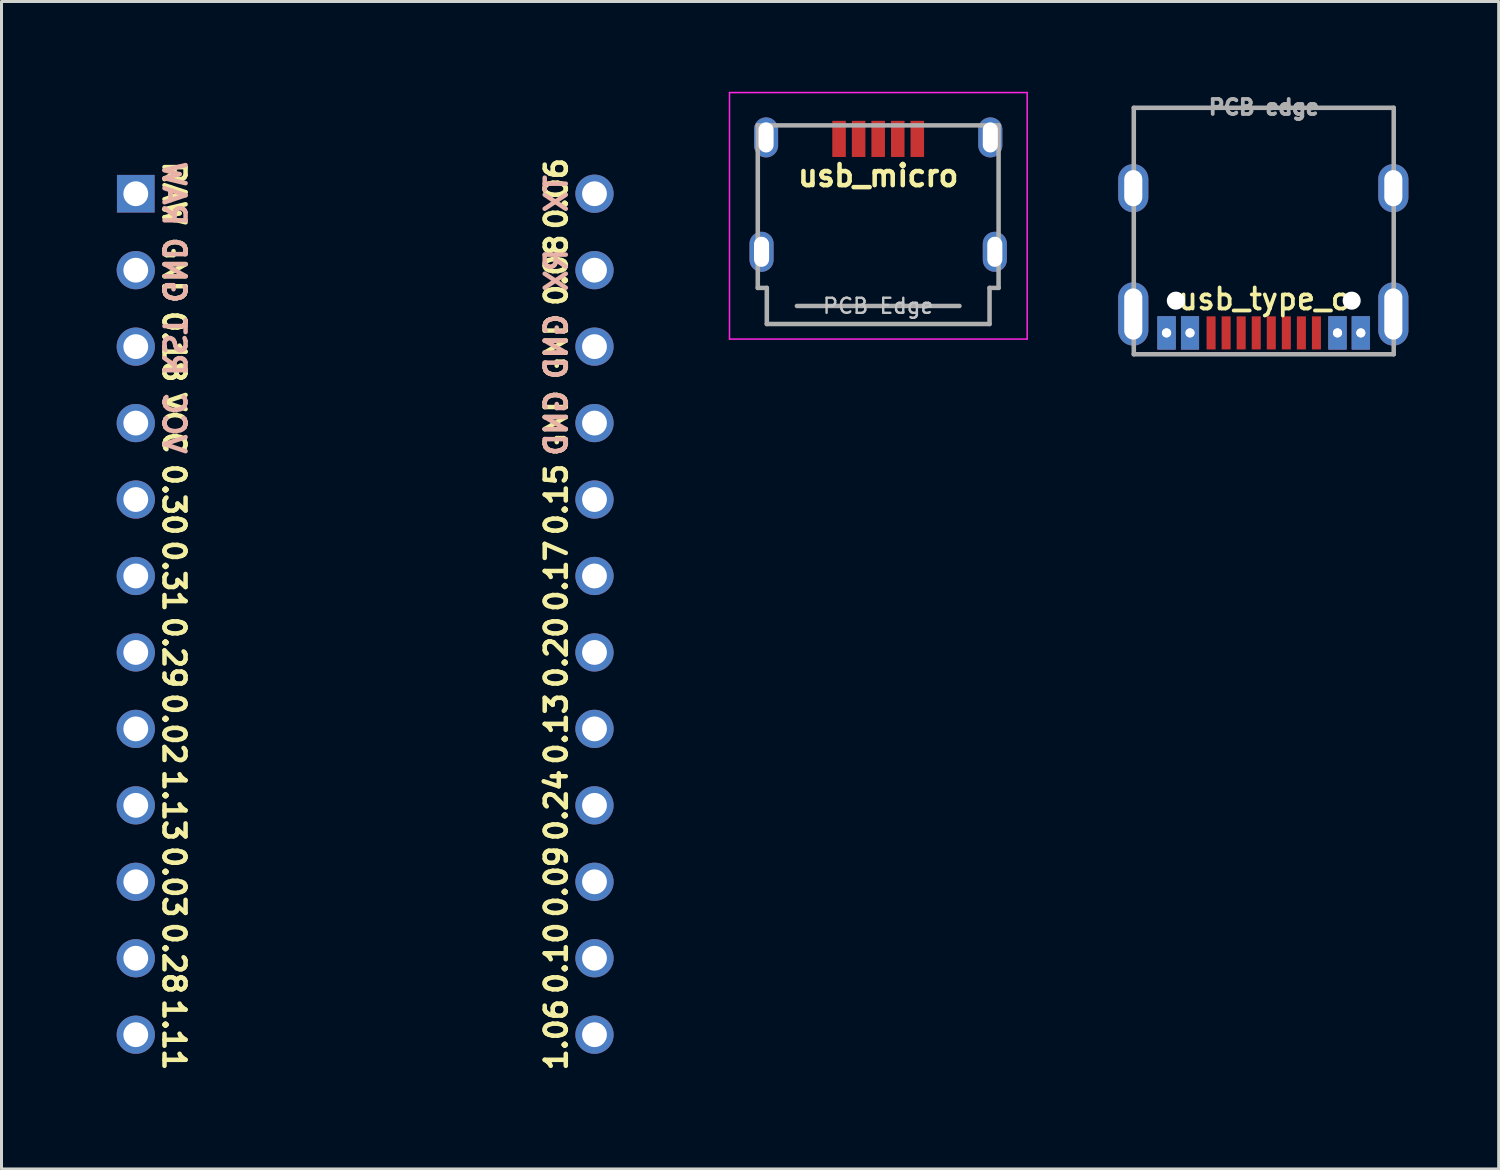
<source format=kicad_pcb>
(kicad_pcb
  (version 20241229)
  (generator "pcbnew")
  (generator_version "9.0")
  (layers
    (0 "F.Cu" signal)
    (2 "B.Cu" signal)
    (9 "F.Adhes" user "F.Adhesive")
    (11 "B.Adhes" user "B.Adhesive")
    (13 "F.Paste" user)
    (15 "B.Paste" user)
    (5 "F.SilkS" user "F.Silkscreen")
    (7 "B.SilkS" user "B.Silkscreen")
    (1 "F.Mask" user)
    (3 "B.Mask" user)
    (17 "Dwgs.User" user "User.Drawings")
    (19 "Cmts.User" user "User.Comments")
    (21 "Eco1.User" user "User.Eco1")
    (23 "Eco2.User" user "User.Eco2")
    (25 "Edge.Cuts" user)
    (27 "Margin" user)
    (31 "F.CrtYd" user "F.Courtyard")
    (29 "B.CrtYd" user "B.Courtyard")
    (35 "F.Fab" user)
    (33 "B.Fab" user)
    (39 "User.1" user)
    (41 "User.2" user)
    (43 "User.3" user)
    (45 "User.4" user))
  (footprint "usb_type_c"
    (layer "F.Cu")
    (at 38.936 0.532)
    (property "Reference" "usb_type_c" (at 0 6.35 180) (layer "F.SilkS") (effects (font (size 0.7 0.7) (thickness 0.125))))
    (attr through_hole)
    (fp_line (start -4.318 0) (end -4.318 8.188) (stroke (width 0.15) (type solid)) (layer "F.Fab"))
    (fp_line (start 4.318 0) (end -4.318 0) (stroke (width 0.15) (type solid)) (layer "F.Fab"))
    (fp_line (start 4.318 0) (end 4.318 8.188) (stroke (width 0.15) (type solid)) (layer "F.Fab"))
    (fp_line (start 4.318 8.188) (end -4.318 8.188) (stroke (width 0.15) (type solid)) (layer "F.Fab"))
    (fp_text user "PCB edge" (at 0.007 -0.02 180) (layer "F.Fab") (effects (font (size 0.5 0.5) (thickness 0.125))))
    (pad "" thru_hole oval (at -4.335 2.67 180) (size 1 1.6) (drill oval 0.6 1.2) (layers "*.Cu" "*.Mask"))
    (pad "" np_thru_hole circle (at -2.921 6.407 180) (size 0.6 0.6) (drill oval 0.6) (layers "*.Cu" "*.Mask"))
    (pad "" np_thru_hole circle (at 2.921 6.407 180) (size 0.6 0.6) (drill oval 0.6) (layers "*.Cu" "*.Mask"))
    (pad "" thru_hole oval (at 4.305 2.67 180) (size 1 1.6) (drill oval 0.6 1.2) (layers "*.Cu" "*.Mask"))
    (pad "" thru_hole oval (at 4.305 6.85 180) (size 1 2.1) (drill oval 0.6 1.7) (layers "*.Cu" "*.Mask"))
    (pad "A1" thru_hole rect (at 3.225 7.478 180) (size 0.6 1.1) (drill 0.3) (layers "*.Cu" "*.Mask"))
    (pad "A4" thru_hole rect (at 2.45 7.478 180) (size 0.6 1.1) (drill 0.3) (layers "*.Cu" "*.Mask"))
    (pad "A5" smd rect (at 1.75 7.478 180) (size 0.3 1.1) (layers "F.Cu" "F.Mask" "F.Paste"))
    (pad "A6" smd rect (at 0.75 7.478 180) (size 0.3 1.1) (layers "F.Cu" "F.Mask" "F.Paste"))
    (pad "A7" smd rect (at -0.75 7.478 180) (size 0.3 1.1) (layers "F.Cu" "F.Mask" "F.Paste"))
    (pad "A8" smd rect (at -1.75 7.478 180) (size 0.3 1.1) (layers "F.Cu" "F.Mask" "F.Paste"))
    (pad "A9" thru_hole rect (at -2.45 7.478 180) (size 0.6 1.1) (drill 0.3) (layers "*.Cu" "*.Mask"))
    (pad "A12" thru_hole rect (at -3.225 7.478 180) (size 0.6 1.1) (drill 0.3) (layers "*.Cu" "*.Mask"))
    (pad "B1" thru_hole rect (at -3.234 7.478 180) (size 0.6 1.1) (drill 0.3) (layers "*.Cu" "*.Mask"))
    (pad "B4" thru_hole rect (at -2.45 7.478 180) (size 0.6 1.1) (drill 0.3) (layers "*.Cu" "*.Mask"))
    (pad "B5" smd rect (at -1.25 7.478 180) (size 0.3 1.1) (layers "F.Cu" "F.Mask" "F.Paste"))
    (pad "B6" smd rect (at -0.25 7.478 180) (size 0.3 1.1) (layers "F.Cu" "F.Mask" "F.Paste"))
    (pad "B7" smd rect (at 0.25 7.478 180) (size 0.3 1.1) (layers "F.Cu" "F.Mask" "F.Paste"))
    (pad "B8" smd rect (at 1.25 7.478 180) (size 0.3 1.1) (layers "F.Cu" "F.Mask" "F.Paste"))
    (pad "B9" thru_hole rect (at 2.45 7.478 180) (size 0.6 1.1) (drill 0.3) (layers "*.Cu" "*.Mask"))
    (pad "B12" thru_hole rect (at 3.225 7.478 180) (size 0.6 1.1) (drill 0.3) (layers "*.Cu" "*.Mask"))
    (pad "S1" thru_hole oval (at -4.335 6.85 180) (size 1 2.1) (drill oval 0.6 1.7) (layers "*.Cu" "*.Mask")))
  (footprint "pro_micro"
    (layer "F.Cu")
    (at 9.081 15.832)
    (property "Reference" "pro_micro" (at 0.508 -14.732 0) (layer "Eco1.User") (effects (font (size 1.27 1.524) (thickness 0.203))))
    (attr through_hole)
    (fp_line (start -8.89 -13.716) (end -8.89 16.764) (stroke (width 0.381) (type solid)) (layer "Margin"))
    (fp_line (start -8.89 -13.716) (end -8.89 16.764) (stroke (width 0.381) (type solid)) (layer "Margin"))
    (fp_line (start -8.89 16.764) (end 8.89 16.764) (stroke (width 0.381) (type solid)) (layer "Margin"))
    (fp_line (start -8.89 16.764) (end 8.89 16.764) (stroke (width 0.381) (type solid)) (layer "Margin"))
    (fp_line (start -6.35 -13.716) (end -6.35 -11.176) (stroke (width 0.381) (type solid)) (layer "Margin"))
    (fp_line (start -6.35 -13.716) (end -6.35 -11.176) (stroke (width 0.381) (type solid)) (layer "Margin"))
    (fp_line (start -6.35 -11.176) (end -8.89 -11.176) (stroke (width 0.381) (type solid)) (layer "Margin"))
    (fp_line (start -6.35 -11.176) (end -8.89 -11.176) (stroke (width 0.381) (type solid)) (layer "Margin"))
    (fp_line (start 8.89 -13.716) (end -8.89 -13.716) (stroke (width 0.381) (type solid)) (layer "Margin"))
    (fp_line (start 8.89 -13.716) (end -8.89 -13.716) (stroke (width 0.381) (type solid)) (layer "Margin"))
    (fp_line (start 8.89 16.764) (end 8.89 -13.716) (stroke (width 0.381) (type solid)) (layer "Margin"))
    (fp_line (start 8.89 16.764) (end 8.89 -13.716) (stroke (width 0.381) (type solid)) (layer "Margin"))
    (fp_text user "GND" (at -6.35 -9.906 270) (unlocked yes) (layer "F.SilkS") (effects (font (size 0.7 0.7) (thickness 0.15))))
    (fp_text user "0.24" (at 6.35 7.874 90) (layer "F.SilkS") (effects (font (size 0.7 0.7) (thickness 0.15))))
    (fp_text user "0.02" (at -6.35 5.334 270) (unlocked yes) (layer "F.SilkS") (effects (font (size 0.7 0.7) (thickness 0.15))))
    (fp_text user "0.13" (at 6.35 5.334 90) (layer "F.SilkS") (effects (font (size 0.7 0.7) (thickness 0.15))))
    (fp_text user "GND" (at 6.35 -7.366 90) (layer "F.SilkS") (effects (font (size 0.7 0.7) (thickness 0.15))))
    (fp_text user "0.31" (at -6.35 0.254 270) (unlocked yes) (layer "F.SilkS") (effects (font (size 0.7 0.7) (thickness 0.15))))
    (fp_text user "1.13" (at -6.35 7.874 270) (unlocked yes) (layer "F.SilkS") (effects (font (size 0.7 0.7) (thickness 0.15))))
    (fp_text user "0.17" (at 6.35 0.254 90) (layer "F.SilkS") (effects (font (size 0.7 0.7) (thickness 0.15))))
    (fp_text user "0.15" (at 6.35 -2.286 90) (layer "F.SilkS") (effects (font (size 0.7 0.7) (thickness 0.15))))
    (fp_text user "VCC" (at -6.35 -4.826 270) (unlocked yes) (layer "F.SilkS") (effects (font (size 0.7 0.7) (thickness 0.15))))
    (fp_text user "0.10" (at 6.35 12.954 90) (layer "F.SilkS") (effects (font (size 0.7 0.7) (thickness 0.15))))
    (fp_text user "0.20" (at 6.35 2.794 90) (layer "F.SilkS") (effects (font (size 0.7 0.7) (thickness 0.15))))
    (fp_text user "0.28" (at -6.35 12.954 270) (unlocked yes) (layer "F.SilkS") (effects (font (size 0.7 0.7) (thickness 0.15))))
    (fp_text user "RAW" (at -6.35 -12.446 270) (unlocked yes) (layer "F.SilkS") (effects (font (size 0.7 0.7) (thickness 0.15))))
    (fp_text user "0.29" (at -6.35 2.794 270) (unlocked yes) (layer "F.SilkS") (effects (font (size 0.7 0.7) (thickness 0.15))))
    (fp_text user "0.09" (at 6.35 10.414 90) (layer "F.SilkS") (effects (font (size 0.7 0.7) (thickness 0.15))))
    (fp_text user "1.11" (at -6.35 15.494 270) (unlocked yes) (layer "F.SilkS") (effects (font (size 0.7 0.7) (thickness 0.15))))
    (fp_text user "1.06" (at 6.35 15.494 90) (layer "F.SilkS") (effects (font (size 0.7 0.7) (thickness 0.15))))
    (fp_text user "0.18" (at -6.35 -7.366 270) (unlocked yes) (layer "F.SilkS") (effects (font (size 0.7 0.7) (thickness 0.15))))
    (fp_text user "GND" (at 6.35 -4.826 90) (layer "F.SilkS") (effects (font (size 0.7 0.7) (thickness 0.15))))
    (fp_text user "0.06" (at 6.35 -12.446 90) (layer "F.SilkS") (effects (font (size 0.7 0.7) (thickness 0.15))))
    (fp_text user "0.08" (at 6.35 -9.906 90) (layer "F.SilkS") (effects (font (size 0.7 0.7) (thickness 0.15))))
    (fp_text user "0.30" (at -6.35 -2.286 270) (unlocked yes) (layer "F.SilkS") (effects (font (size 0.7 0.7) (thickness 0.15))))
    (fp_text user "0.03" (at -6.35 10.414 270) (unlocked yes) (layer "F.SilkS") (effects (font (size 0.7 0.7) (thickness 0.15))))
    (fp_text user "GND" (at 6.35 -4.826 90) (layer "B.SilkS") (effects (font (size 0.7 0.7) (thickness 0.15)) (justify mirror)))
    (fp_text user "RAW" (at -6.35 -12.446 270) (unlocked yes) (layer "B.SilkS") (effects (font (size 0.7 0.7) (thickness 0.15)) (justify mirror)))
    (fp_text user "TX" (at 6.35 -12.446 270) (layer "B.SilkS") (effects (font (size 0.7 0.7) (thickness 0.15)) (justify mirror)))
    (fp_text user "RST" (at -6.35 -7.366 270) (unlocked yes) (layer "B.SilkS") (effects (font (size 0.7 0.7) (thickness 0.15)) (justify mirror)))
    (fp_text user "GND" (at -6.35 -9.906 270) (unlocked yes) (layer "B.SilkS") (effects (font (size 0.7 0.7) (thickness 0.15)) (justify mirror)))
    (fp_text user "RX" (at 6.35 -9.906 90) (layer "B.SilkS") (effects (font (size 0.7 0.7) (thickness 0.15)) (justify mirror)))
    (fp_text user "GND" (at 6.35 -7.366 90) (layer "B.SilkS") (effects (font (size 0.7 0.7) (thickness 0.15)) (justify mirror)))
    (fp_text user "VCC" (at -6.35 -4.826 270) (unlocked yes) (layer "B.SilkS") (effects (font (size 0.7 0.7) (thickness 0.15)) (justify mirror)))
    (fp_text user "F7" (at -6.096 5.334 0) (layer "Margin") (effects (font (size 0.7 0.7) (thickness 0.15))))
    (fp_text user "F5" (at -6.096 0.254 0) (layer "Margin") (effects (font (size 0.7 0.7) (thickness 0.15))))
    (fp_text user "B1" (at -6.096 7.874 0) (layer "Margin") (effects (font (size 0.7 0.7) (thickness 0.15))))
    (fp_text user "F6" (at -6.096 2.794 0) (layer "Margin") (effects (font (size 0.7 0.7) (thickness 0.15))))
    (fp_text user "D4" (at 6.096 2.794 0) (layer "Margin") (effects (font (size 0.7 0.7) (thickness 0.15))))
    (fp_text user "C6" (at 6.096 5.334 0) (layer "Margin") (effects (font (size 0.7 0.7) (thickness 0.15))))
    (fp_text user "F4" (at -6.096 -2.286 0) (layer "Margin") (effects (font (size 0.7 0.7) (thickness 0.15))))
    (fp_text user "B5" (at 6.096 15.494 0) (layer "Margin") (effects (font (size 0.7 0.7) (thickness 0.15))))
    (fp_text user "B2" (at -6.096 12.954 0) (layer "Margin") (effects (font (size 0.7 0.7) (thickness 0.15))))
    (fp_text user "D0" (at 6.096 0.254 0) (layer "Margin") (effects (font (size 0.7 0.7) (thickness 0.15))))
    (fp_text user "D7" (at 6.096 7.874 0) (layer "Margin") (effects (font (size 0.7 0.7) (thickness 0.15))))
    (fp_text user "E6" (at 6.096 10.414 0) (layer "Margin") (effects (font (size 0.7 0.7) (thickness 0.15))))
    (fp_text user "B3" (at -6.096 10.414 0) (layer "Margin") (effects (font (size 0.7 0.7) (thickness 0.15))))
    (fp_text user "B4" (at 6.096 12.954 0) (layer "Margin") (effects (font (size 0.7 0.7) (thickness 0.15))))
    (fp_text user "D1" (at 6.096 -2.286 0) (layer "Margin") (effects (font (size 0.7 0.7) (thickness 0.15))))
    (fp_text user "B6" (at -6.096 15.494 0) (layer "Margin") (effects (font (size 0.7 0.7) (thickness 0.15))))
    (pad "1" thru_hole rect (at -7.62 -12.446 270) (size 1.25 1.25) (drill 0.825) (layers "*.Cu" "*.Mask"))
    (pad "2" thru_hole circle (at -7.62 -9.906 270) (size 1.27 1.27) (drill 0.825) (layers "*.Cu" "*.Mask"))
    (pad "3" thru_hole circle (at -7.62 -7.366 270) (size 1.27 1.27) (drill 0.825) (layers "*.Cu" "*.Mask"))
    (pad "4" thru_hole circle (at -7.62 -4.826 270) (size 1.27 1.27) (drill 0.825) (layers "*.Cu" "*.Mask"))
    (pad "5" thru_hole circle (at -7.62 -2.286 270) (size 1.27 1.27) (drill 0.825) (layers "*.Cu" "*.Mask"))
    (pad "6" thru_hole circle (at -7.62 0.254 270) (size 1.27 1.27) (drill 0.825) (layers "*.Cu" "*.Mask"))
    (pad "7" thru_hole circle (at -7.62 2.794 270) (size 1.27 1.27) (drill 0.825) (layers "*.Cu" "*.Mask"))
    (pad "8" thru_hole circle (at -7.62 5.334 270) (size 1.27 1.27) (drill 0.825) (layers "*.Cu" "*.Mask"))
    (pad "9" thru_hole circle (at -7.62 7.874 270) (size 1.27 1.27) (drill 0.825) (layers "*.Cu" "*.Mask"))
    (pad "10" thru_hole circle (at -7.62 10.414 270) (size 1.27 1.27) (drill 0.825) (layers "*.Cu" "*.Mask"))
    (pad "11" thru_hole circle (at -7.62 12.954 270) (size 1.27 1.27) (drill 0.825) (layers "*.Cu" "*.Mask"))
    (pad "12" thru_hole circle (at -7.62 15.494 270) (size 1.27 1.27) (drill 0.825) (layers "*.Cu" "*.Mask"))
    (pad "13" thru_hole circle (at 7.62 -12.446 270) (size 1.27 1.27) (drill 0.825) (layers "*.Cu" "*.Mask"))
    (pad "14" thru_hole circle (at 7.62 -9.906 270) (size 1.27 1.27) (drill 0.825) (layers "*.Cu" "*.Mask"))
    (pad "15" thru_hole circle (at 7.62 -7.366 270) (size 1.27 1.27) (drill 0.825) (layers "*.Cu" "*.Mask"))
    (pad "16" thru_hole circle (at 7.62 -4.826 270) (size 1.27 1.27) (drill 0.825) (layers "*.Cu" "*.Mask"))
    (pad "17" thru_hole circle (at 7.62 -2.286 270) (size 1.27 1.27) (drill 0.825) (layers "*.Cu" "*.Mask"))
    (pad "18" thru_hole circle (at 7.62 0.254 270) (size 1.27 1.27) (drill 0.825) (layers "*.Cu" "*.Mask"))
    (pad "19" thru_hole circle (at 7.62 2.794 270) (size 1.27 1.27) (drill 0.825) (layers "*.Cu" "*.Mask"))
    (pad "20" thru_hole circle (at 7.62 5.334 270) (size 1.27 1.27) (drill 0.825) (layers "*.Cu" "*.Mask"))
    (pad "21" thru_hole circle (at 7.62 7.874 90) (size 1.27 1.27) (drill 0.825) (layers "*.Cu" "*.Mask"))
    (pad "22" thru_hole circle (at 7.62 10.414 270) (size 1.27 1.27) (drill 0.825) (layers "*.Cu" "*.Mask"))
    (pad "23" thru_hole circle (at 7.62 12.954 270) (size 1.27 1.27) (drill 0.825) (layers "*.Cu" "*.Mask"))
    (pad "24" thru_hole circle (at 7.62 15.494 270) (size 1.27 1.27) (drill 0.825) (layers "*.Cu" "*.Mask")))
  (footprint "usb_micro"
    (layer "F.Cu")
    (at 26.126 6.975)
    (property "Reference" "usb_micro" (at 0 -4.191 0) (layer "F.SilkS") (effects (font (size 0.7 0.7) (thickness 0.15))))
    (attr smd)
    (fp_line (start -4.94 -6.95) (end -4.94 1.24) (stroke (width 0.05) (type solid)) (layer "F.CrtYd"))
    (fp_line (start -4.94 1.24) (end 4.95 1.24) (stroke (width 0.05) (type solid)) (layer "F.CrtYd"))
    (fp_line (start 4.95 -6.95) (end -4.94 -6.95) (stroke (width 0.05) (type solid)) (layer "F.CrtYd"))
    (fp_line (start 4.95 1.24) (end 4.95 -6.95) (stroke (width 0.05) (type solid)) (layer "F.CrtYd"))
    (fp_line (start -4 -5.86) (end -4 -0.46) (stroke (width 0.15) (type solid)) (layer "F.Fab"))
    (fp_line (start -4 -0.46) (end -3.7 -0.46) (stroke (width 0.15) (type solid)) (layer "F.Fab"))
    (fp_line (start -3.7 -0.46) (end -3.7 0.74) (stroke (width 0.15) (type solid)) (layer "F.Fab"))
    (fp_line (start -3.7 0.74) (end 3.7 0.74) (stroke (width 0.15) (type solid)) (layer "F.Fab"))
    (fp_line (start -2.7 0.14) (end 2.7 0.14) (stroke (width 0.15) (type solid)) (layer "F.Fab"))
    (fp_line (start 3.7 -0.46) (end 4 -0.46) (stroke (width 0.15) (type solid)) (layer "F.Fab"))
    (fp_line (start 3.7 0.74) (end 3.7 -0.46) (stroke (width 0.15) (type solid)) (layer "F.Fab"))
    (fp_line (start 4 -5.86) (end -4 -5.86) (stroke (width 0.15) (type solid)) (layer "F.Fab"))
    (fp_line (start 4 -0.46) (end 4 -5.86) (stroke (width 0.15) (type solid)) (layer "F.Fab"))
    (fp_text user "PCB Edge" (at 0 0.14 0) (layer "Dwgs.User") (effects (font (size 0.5 0.5) (thickness 0.08))))
    (pad "" thru_hole oval (at -3.875 -1.66) (size 0.8 1.33) (drill oval 0.5 1) (layers "*.Cu" "*.Mask"))
    (pad "" thru_hole oval (at 3.725 -5.46) (size 0.8 1.33) (drill oval 0.5 1) (layers "*.Cu" "*.Mask"))
    (pad "" thru_hole oval (at 3.875 -1.66) (size 0.8 1.33) (drill oval 0.5 1) (layers "*.Cu" "*.Mask"))
    (pad "1" smd rect (at -1.3 -5.41) (size 0.45 1.2) (layers "F.Cu" "F.Mask" "F.Paste"))
    (pad "2" smd rect (at -0.65 -5.41) (size 0.45 1.2) (layers "F.Cu" "F.Mask" "F.Paste"))
    (pad "3" smd rect (at 0 -5.41) (size 0.45 1.2) (layers "F.Cu" "F.Mask" "F.Paste"))
    (pad "4" smd rect (at 0.65 -5.41) (size 0.45 1.2) (layers "F.Cu" "F.Mask" "F.Paste"))
    (pad "5" smd rect (at 1.3 -5.41) (size 0.45 1.2) (layers "F.Cu" "F.Mask" "F.Paste"))
    (pad "6" thru_hole oval (at -3.725 -5.46) (size 0.8 1.33) (drill oval 0.5 1) (layers "*.Cu" "*.Mask")))
  (gr_rect
    (start -3 -3)
    (end 46.741 35.786)
    (stroke (width 0.1) (type default))
    (fill no)
    (layer "Edge.Cuts")))
</source>
